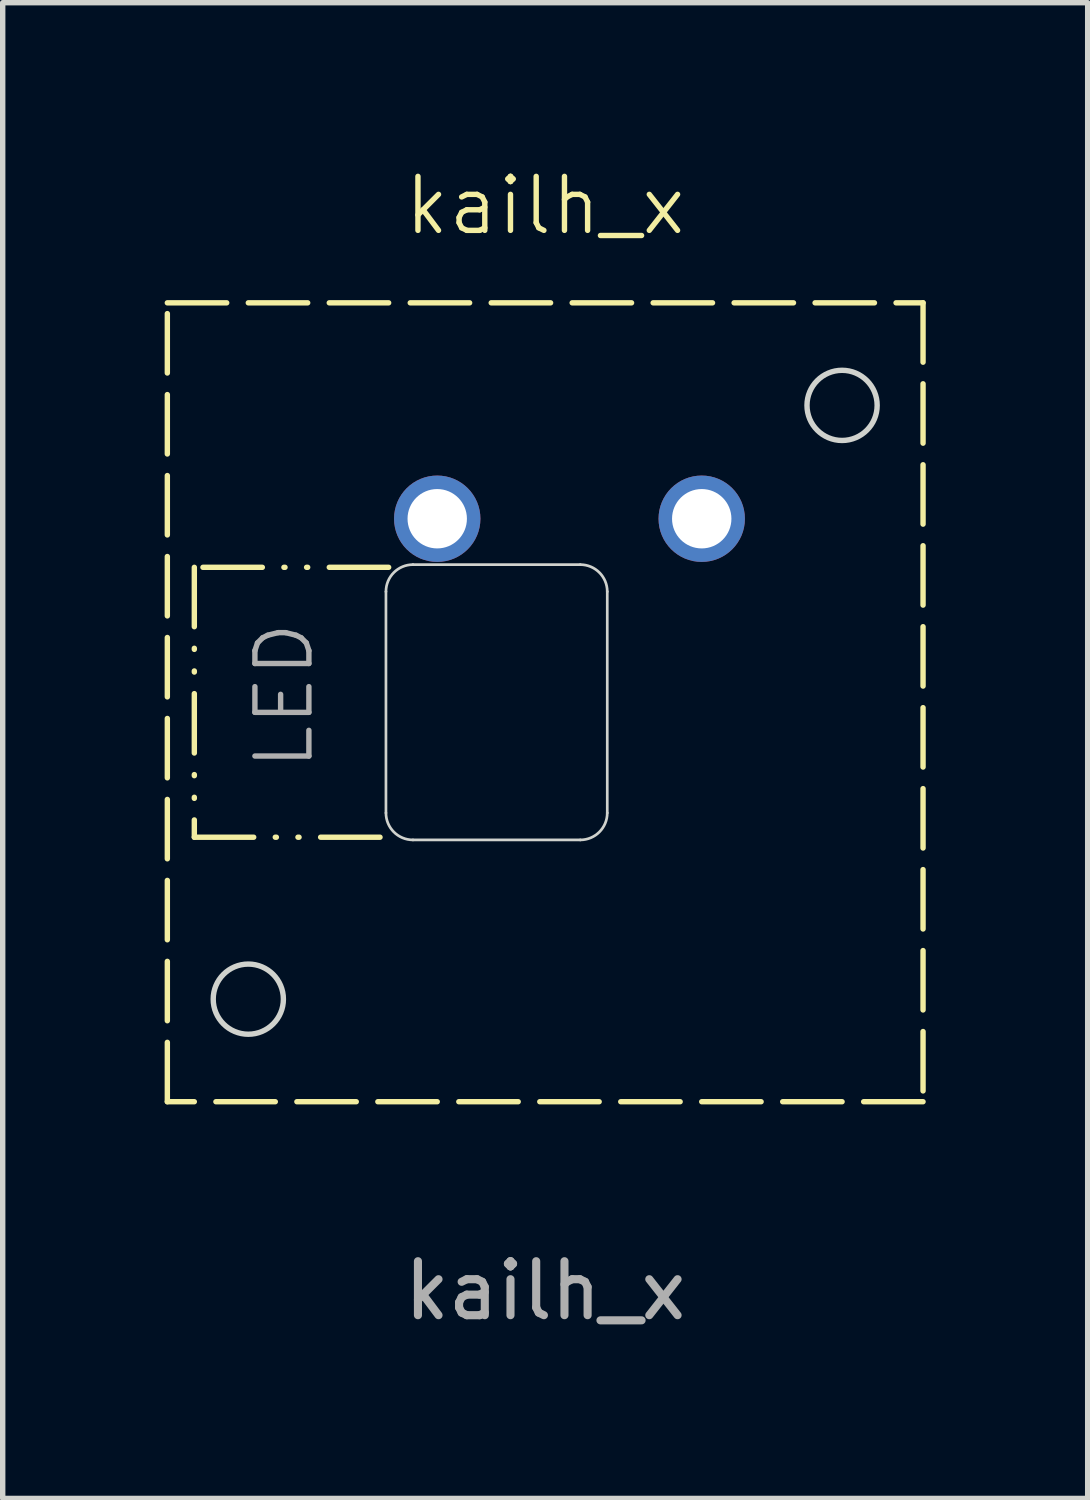
<source format=kicad_pcb>
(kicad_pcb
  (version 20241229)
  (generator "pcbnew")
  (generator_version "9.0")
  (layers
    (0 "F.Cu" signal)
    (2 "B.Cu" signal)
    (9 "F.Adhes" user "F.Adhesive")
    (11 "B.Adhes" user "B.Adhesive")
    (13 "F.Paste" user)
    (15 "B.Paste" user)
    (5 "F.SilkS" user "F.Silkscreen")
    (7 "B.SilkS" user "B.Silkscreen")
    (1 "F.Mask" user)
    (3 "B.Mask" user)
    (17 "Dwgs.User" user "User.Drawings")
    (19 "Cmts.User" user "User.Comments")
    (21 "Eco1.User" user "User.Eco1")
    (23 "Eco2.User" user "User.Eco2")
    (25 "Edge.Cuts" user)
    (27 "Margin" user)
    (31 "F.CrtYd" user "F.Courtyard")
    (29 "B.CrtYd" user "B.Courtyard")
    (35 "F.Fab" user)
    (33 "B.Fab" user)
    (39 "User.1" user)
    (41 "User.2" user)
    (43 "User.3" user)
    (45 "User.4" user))
  (footprint "kailh_x"
    (layer "F.Cu")
    (at 7.05 9.96)
    (property "Reference" "kailh_x" (at 0 -9.2 0) (unlocked yes) (layer "F.SilkS") (effects (font (size 1 1) (thickness 0.1))))
    (attr through_hole)
    (fp_line (start -6.5 -2.5) (end -6.5 2.5) (stroke (width 0.1) (type dash_dot_dot)) (layer "F.SilkS"))
    (fp_line (start -6.5 2.5) (end -2.9 2.5) (stroke (width 0.1) (type dash_dot_dot)) (layer "F.SilkS"))
    (fp_line (start -2.9 -2.5) (end -6.5 -2.5) (stroke (width 0.1) (type dash_dot_dot)) (layer "F.SilkS"))
    (fp_rect (start -7 -7.4) (end 7 7.4) (stroke (width 0.1) (type dash)) (fill no) (layer "F.SilkS"))
    (fp_line (start -2.95 -2.05) (end -2.95 2.05) (stroke (width 0.05) (type default)) (layer "Edge.Cuts"))
    (fp_line (start -2.45 -2.55) (end 0.65 -2.55) (stroke (width 0.05) (type default)) (layer "Edge.Cuts"))
    (fp_line (start -2.45 2.55) (end 0.65 2.55) (stroke (width 0.05) (type default)) (layer "Edge.Cuts"))
    (fp_line (start 1.15 -2.05) (end 1.15 2.05) (stroke (width 0.05) (type default)) (layer "Edge.Cuts"))
    (fp_arc (start -2.95 -2.05) (mid -2.803553 -2.403553) (end -2.45 -2.55) (stroke (width 0.05) (type default)) (layer "Edge.Cuts"))
    (fp_arc (start -2.45 2.55) (mid -2.803553 2.403553) (end -2.95 2.05) (stroke (width 0.05) (type default)) (layer "Edge.Cuts"))
    (fp_arc (start 0.65 -2.55) (mid 1.003553 -2.403553) (end 1.15 -2.05) (stroke (width 0.05) (type default)) (layer "Edge.Cuts"))
    (fp_arc (start 1.15 2.05) (mid 1.003553 2.403553) (end 0.65 2.55) (stroke (width 0.05) (type default)) (layer "Edge.Cuts"))
    (fp_circle (center -5.5 5.5) (end -4.85 5.5) (stroke (width 0.1) (type solid)) (fill no) (layer "Edge.Cuts"))
    (fp_circle (center 5.5 -5.5) (end 6.15 -5.5) (stroke (width 0.1) (type solid)) (fill no) (layer "Edge.Cuts"))
    (fp_text user "${REFERENCE}" (at 0 10.9 0) (unlocked yes) (layer "F.Fab") (effects (font (size 1 1) (thickness 0.15))))
    (fp_text user "LED" (at -4.25 1.3 90) (unlocked yes) (layer "F.Fab") (effects (font (size 1 1) (thickness 0.1)) (justify left bottom)))
    (pad "1" thru_hole circle (at 2.9 -3.4) (size 1.6 1.6) (drill 1.1) (layers "*.Cu" "*.Mask"))
    (pad "2" thru_hole circle (at -2 -3.4) (size 1.6 1.6) (drill 1.1) (layers "*.Cu" "*.Mask")))
  (gr_rect
    (start -3 -3)
    (end 17.1 24.709)
    (stroke (width 0.1) (type default))
    (fill no)
    (layer "Edge.Cuts")))
</source>
